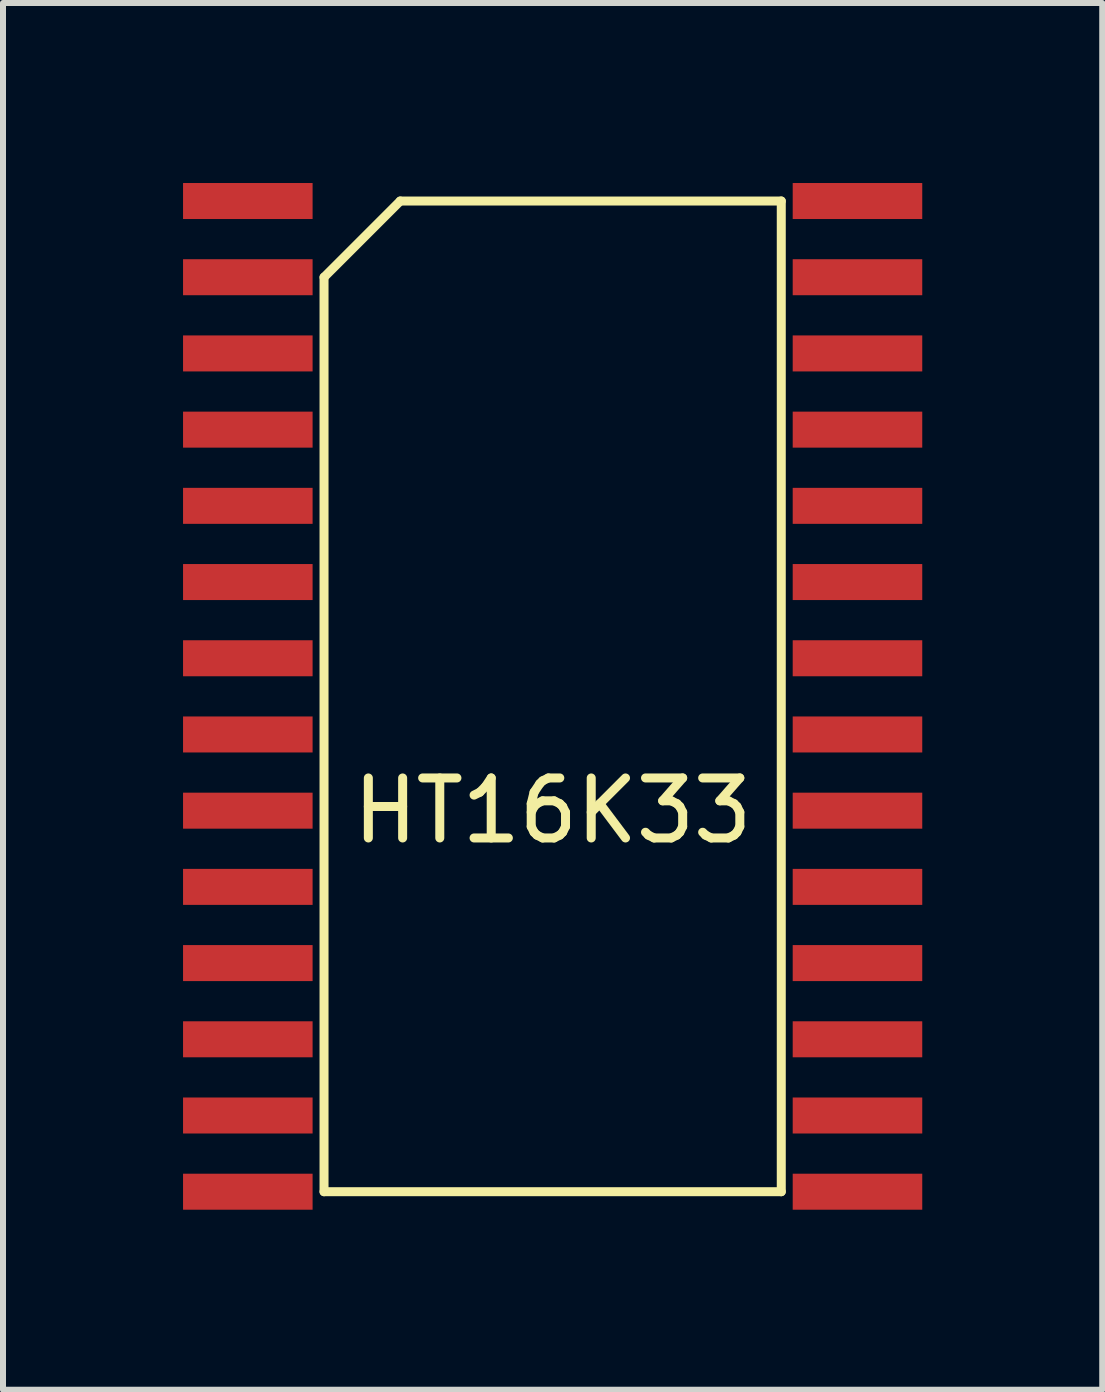
<source format=kicad_pcb>
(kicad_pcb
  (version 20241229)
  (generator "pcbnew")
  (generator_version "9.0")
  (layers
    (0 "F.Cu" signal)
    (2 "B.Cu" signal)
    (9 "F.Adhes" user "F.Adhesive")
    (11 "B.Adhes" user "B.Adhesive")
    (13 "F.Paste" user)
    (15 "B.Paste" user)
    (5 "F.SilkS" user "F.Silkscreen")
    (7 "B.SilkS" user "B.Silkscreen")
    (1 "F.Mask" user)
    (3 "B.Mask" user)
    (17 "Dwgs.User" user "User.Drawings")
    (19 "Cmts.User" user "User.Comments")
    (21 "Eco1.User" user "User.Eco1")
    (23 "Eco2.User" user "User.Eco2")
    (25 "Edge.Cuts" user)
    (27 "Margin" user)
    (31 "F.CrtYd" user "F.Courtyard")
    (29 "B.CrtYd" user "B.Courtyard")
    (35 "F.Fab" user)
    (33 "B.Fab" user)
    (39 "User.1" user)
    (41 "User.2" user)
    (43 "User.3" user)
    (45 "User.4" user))
  (footprint "HT16K33"
    (layer "F.Cu")
    (at 6.16 7.92)
    (property "Reference" "HT16K33" (at 0 2.54 0) (layer "F.SilkS") (effects (font (size 1 1) (thickness 0.15))))
    (attr through_hole)
    (fp_line (start -3.81 -6.35) (end -2.54 -7.62) (stroke (width 0.15) (type solid)) (layer "F.SilkS"))
    (fp_line (start -3.81 8.89) (end -3.81 -6.35) (stroke (width 0.15) (type solid)) (layer "F.SilkS"))
    (fp_line (start -2.54 -7.62) (end 3.81 -7.62) (stroke (width 0.15) (type solid)) (layer "F.SilkS"))
    (fp_line (start 3.81 -7.62) (end 3.81 8.89) (stroke (width 0.15) (type solid)) (layer "F.SilkS"))
    (fp_line (start 3.81 8.89) (end -3.81 8.89) (stroke (width 0.15) (type solid)) (layer "F.SilkS"))
    (pad "1" smd rect (at -5.08 -7.62) (size 2.159 0.6) (layers "F.Cu" "F.Mask" "F.Paste"))
    (pad "2" smd rect (at -5.08 -6.35) (size 2.159 0.6) (layers "F.Cu" "F.Mask" "F.Paste"))
    (pad "3" smd rect (at -5.08 -5.08) (size 2.159 0.6) (layers "F.Cu" "F.Mask" "F.Paste"))
    (pad "4" smd rect (at -5.08 -3.81) (size 2.159 0.6) (layers "F.Cu" "F.Mask" "F.Paste"))
    (pad "5" smd rect (at -5.08 -2.54) (size 2.159 0.6) (layers "F.Cu" "F.Mask" "F.Paste"))
    (pad "6" smd rect (at -5.08 -1.27) (size 2.159 0.6) (layers "F.Cu" "F.Mask" "F.Paste"))
    (pad "7" smd rect (at -5.08 0) (size 2.159 0.6) (layers "F.Cu" "F.Mask" "F.Paste"))
    (pad "8" smd rect (at -5.08 1.27) (size 2.159 0.6) (layers "F.Cu" "F.Mask" "F.Paste"))
    (pad "9" smd rect (at -5.08 2.54) (size 2.159 0.6) (layers "F.Cu" "F.Mask" "F.Paste"))
    (pad "10" smd rect (at -5.08 3.81) (size 2.159 0.6) (layers "F.Cu" "F.Mask" "F.Paste"))
    (pad "11" smd rect (at -5.08 5.08) (size 2.159 0.6) (layers "F.Cu" "F.Mask" "F.Paste"))
    (pad "12" smd rect (at -5.08 6.35) (size 2.159 0.6) (layers "F.Cu" "F.Mask" "F.Paste"))
    (pad "13" smd rect (at -5.08 7.62) (size 2.159 0.6) (layers "F.Cu" "F.Mask" "F.Paste"))
    (pad "14" smd rect (at -5.08 8.89) (size 2.159 0.6) (layers "F.Cu" "F.Mask" "F.Paste"))
    (pad "15" smd rect (at 5.08 8.89) (size 2.159 0.6) (layers "F.Cu" "F.Mask" "F.Paste"))
    (pad "16" smd rect (at 5.08 7.62) (size 2.159 0.6) (layers "F.Cu" "F.Mask" "F.Paste"))
    (pad "17" smd rect (at 5.08 6.35) (size 2.159 0.6) (layers "F.Cu" "F.Mask" "F.Paste"))
    (pad "18" smd rect (at 5.08 5.08) (size 2.159 0.6) (layers "F.Cu" "F.Mask" "F.Paste"))
    (pad "19" smd rect (at 5.08 3.81) (size 2.159 0.6) (layers "F.Cu" "F.Mask" "F.Paste"))
    (pad "20" smd rect (at 5.08 2.54) (size 2.159 0.6) (layers "F.Cu" "F.Mask" "F.Paste"))
    (pad "21" smd rect (at 5.08 1.27) (size 2.159 0.6) (layers "F.Cu" "F.Mask" "F.Paste"))
    (pad "22" smd rect (at 5.08 0) (size 2.159 0.6) (layers "F.Cu" "F.Mask" "F.Paste"))
    (pad "23" smd rect (at 5.08 -1.27) (size 2.159 0.6) (layers "F.Cu" "F.Mask" "F.Paste"))
    (pad "24" smd rect (at 5.08 -2.54) (size 2.159 0.6) (layers "F.Cu" "F.Mask" "F.Paste"))
    (pad "25" smd rect (at 5.08 -3.81) (size 2.159 0.6) (layers "F.Cu" "F.Mask" "F.Paste"))
    (pad "26" smd rect (at 5.08 -5.08) (size 2.159 0.6) (layers "F.Cu" "F.Mask" "F.Paste"))
    (pad "27" smd rect (at 5.08 -6.35) (size 2.159 0.6) (layers "F.Cu" "F.Mask" "F.Paste"))
    (pad "28" smd rect (at 5.08 -7.62) (size 2.159 0.6) (layers "F.Cu" "F.Mask" "F.Paste")))
  (gr_rect
    (start -3 -3)
    (end 15.319 20.11)
    (stroke (width 0.1) (type default))
    (fill no)
    (layer "Edge.Cuts")))
</source>
